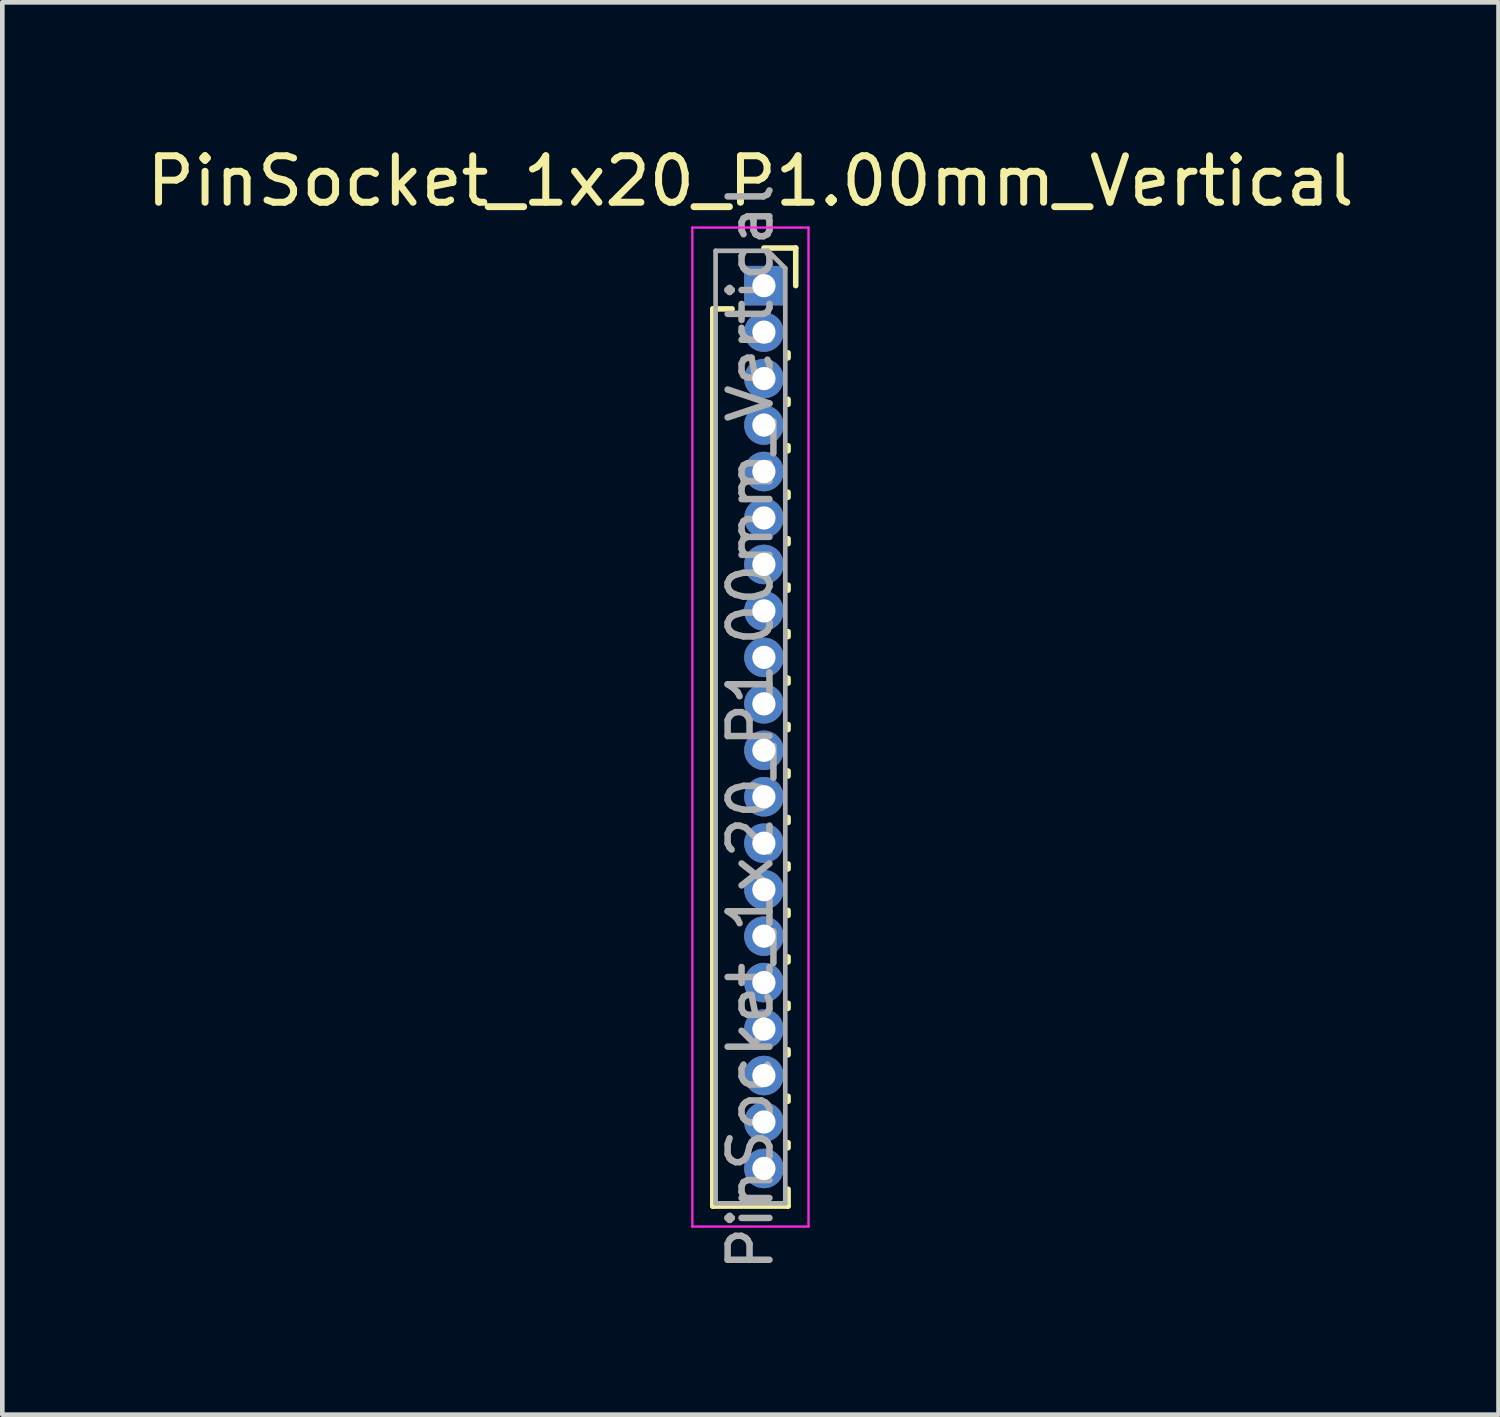
<source format=kicad_pcb>
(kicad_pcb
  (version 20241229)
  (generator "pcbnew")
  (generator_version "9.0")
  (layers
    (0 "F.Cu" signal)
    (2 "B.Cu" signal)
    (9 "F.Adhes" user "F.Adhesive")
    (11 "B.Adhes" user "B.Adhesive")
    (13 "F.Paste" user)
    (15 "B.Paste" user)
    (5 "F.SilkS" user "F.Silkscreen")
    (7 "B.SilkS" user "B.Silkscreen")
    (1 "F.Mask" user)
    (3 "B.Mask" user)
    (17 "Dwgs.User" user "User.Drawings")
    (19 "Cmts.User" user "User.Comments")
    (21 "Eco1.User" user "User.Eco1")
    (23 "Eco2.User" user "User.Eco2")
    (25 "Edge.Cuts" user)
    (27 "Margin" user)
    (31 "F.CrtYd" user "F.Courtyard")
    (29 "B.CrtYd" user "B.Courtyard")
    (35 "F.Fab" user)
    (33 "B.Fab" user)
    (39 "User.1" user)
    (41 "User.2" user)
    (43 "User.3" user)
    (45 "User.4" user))
  (footprint "PinSocket_1x20_P1.00mm_Vertical"
    (layer "F.Cu")
    (at 13.391 3.098)
    (property "Reference" "PinSocket_1x20_P1.00mm_Vertical" (at -0.29 -2.25 0) (layer "F.SilkS") (effects (font (size 1 1) (thickness 0.15))))
    (attr through_hole)
    (fp_line (start -1.1 0.5) (end -1.1 19.81) (stroke (width 0.12) (type solid)) (layer "F.SilkS"))
    (fp_line (start -1.1 0.5) (end -0.685 0.5) (stroke (width 0.12) (type solid)) (layer "F.SilkS"))
    (fp_line (start -1.1 19.81) (end 0.52 19.81) (stroke (width 0.12) (type solid)) (layer "F.SilkS"))
    (fp_line (start 0 -0.81) (end 0.685 -0.81) (stroke (width 0.12) (type solid)) (layer "F.SilkS"))
    (fp_line (start 0.52 1.446) (end 0.52 1.554) (stroke (width 0.12) (type solid)) (layer "F.SilkS"))
    (fp_line (start 0.52 2.446) (end 0.52 2.554) (stroke (width 0.12) (type solid)) (layer "F.SilkS"))
    (fp_line (start 0.52 3.446) (end 0.52 3.554) (stroke (width 0.12) (type solid)) (layer "F.SilkS"))
    (fp_line (start 0.52 4.446) (end 0.52 4.554) (stroke (width 0.12) (type solid)) (layer "F.SilkS"))
    (fp_line (start 0.52 5.446) (end 0.52 5.554) (stroke (width 0.12) (type solid)) (layer "F.SilkS"))
    (fp_line (start 0.52 6.446) (end 0.52 6.554) (stroke (width 0.12) (type solid)) (layer "F.SilkS"))
    (fp_line (start 0.52 7.446) (end 0.52 7.554) (stroke (width 0.12) (type solid)) (layer "F.SilkS"))
    (fp_line (start 0.52 8.446) (end 0.52 8.554) (stroke (width 0.12) (type solid)) (layer "F.SilkS"))
    (fp_line (start 0.52 9.446) (end 0.52 9.554) (stroke (width 0.12) (type solid)) (layer "F.SilkS"))
    (fp_line (start 0.52 10.446) (end 0.52 10.554) (stroke (width 0.12) (type solid)) (layer "F.SilkS"))
    (fp_line (start 0.52 11.446) (end 0.52 11.554) (stroke (width 0.12) (type solid)) (layer "F.SilkS"))
    (fp_line (start 0.52 12.446) (end 0.52 12.554) (stroke (width 0.12) (type solid)) (layer "F.SilkS"))
    (fp_line (start 0.52 13.446) (end 0.52 13.554) (stroke (width 0.12) (type solid)) (layer "F.SilkS"))
    (fp_line (start 0.52 14.446) (end 0.52 14.554) (stroke (width 0.12) (type solid)) (layer "F.SilkS"))
    (fp_line (start 0.52 15.446) (end 0.52 15.554) (stroke (width 0.12) (type solid)) (layer "F.SilkS"))
    (fp_line (start 0.52 16.446) (end 0.52 16.554) (stroke (width 0.12) (type solid)) (layer "F.SilkS"))
    (fp_line (start 0.52 17.446) (end 0.52 17.554) (stroke (width 0.12) (type solid)) (layer "F.SilkS"))
    (fp_line (start 0.52 18.446) (end 0.52 18.554) (stroke (width 0.12) (type solid)) (layer "F.SilkS"))
    (fp_line (start 0.52 19.446) (end 0.52 19.81) (stroke (width 0.12) (type solid)) (layer "F.SilkS"))
    (fp_line (start 0.685 -0.81) (end 0.685 0) (stroke (width 0.12) (type solid)) (layer "F.SilkS"))
    (fp_line (start -1.54 -1.25) (end 0.96 -1.25) (stroke (width 0.05) (type solid)) (layer "F.CrtYd"))
    (fp_line (start -1.54 20.25) (end -1.54 -1.25) (stroke (width 0.05) (type solid)) (layer "F.CrtYd"))
    (fp_line (start 0.96 -1.25) (end 0.96 20.25) (stroke (width 0.05) (type solid)) (layer "F.CrtYd"))
    (fp_line (start 0.96 20.25) (end -1.54 20.25) (stroke (width 0.05) (type solid)) (layer "F.CrtYd"))
    (fp_line (start -1.04 -0.75) (end 0.085 -0.75) (stroke (width 0.1) (type solid)) (layer "F.Fab"))
    (fp_line (start -1.04 19.75) (end -1.04 -0.75) (stroke (width 0.1) (type solid)) (layer "F.Fab"))
    (fp_line (start 0.085 -0.75) (end 0.46 -0.375) (stroke (width 0.1) (type solid)) (layer "F.Fab"))
    (fp_line (start 0.46 -0.375) (end 0.46 19.75) (stroke (width 0.1) (type solid)) (layer "F.Fab"))
    (fp_line (start 0.46 19.75) (end -1.04 19.75) (stroke (width 0.1) (type solid)) (layer "F.Fab"))
    (fp_text user "${REFERENCE}" (at -0.29 9.5 90) (layer "F.Fab") (effects (font (size 0.9 0.9) (thickness 0.14))))
    (pad "1" thru_hole rect (at 0 0) (size 0.85 0.85) (drill 0.5) (layers "*.Cu" "*.Mask"))
    (pad "2" thru_hole circle (at 0 1) (size 0.85 0.85) (drill 0.5) (layers "*.Cu" "*.Mask"))
    (pad "3" thru_hole circle (at 0 2) (size 0.85 0.85) (drill 0.5) (layers "*.Cu" "*.Mask"))
    (pad "4" thru_hole circle (at 0 3) (size 0.85 0.85) (drill 0.5) (layers "*.Cu" "*.Mask"))
    (pad "5" thru_hole circle (at 0 4) (size 0.85 0.85) (drill 0.5) (layers "*.Cu" "*.Mask"))
    (pad "6" thru_hole circle (at 0 5) (size 0.85 0.85) (drill 0.5) (layers "*.Cu" "*.Mask"))
    (pad "7" thru_hole circle (at 0 6) (size 0.85 0.85) (drill 0.5) (layers "*.Cu" "*.Mask"))
    (pad "8" thru_hole circle (at 0 7) (size 0.85 0.85) (drill 0.5) (layers "*.Cu" "*.Mask"))
    (pad "9" thru_hole circle (at 0 8) (size 0.85 0.85) (drill 0.5) (layers "*.Cu" "*.Mask"))
    (pad "10" thru_hole circle (at 0 9) (size 0.85 0.85) (drill 0.5) (layers "*.Cu" "*.Mask"))
    (pad "11" thru_hole circle (at 0 10) (size 0.85 0.85) (drill 0.5) (layers "*.Cu" "*.Mask"))
    (pad "12" thru_hole circle (at 0 11) (size 0.85 0.85) (drill 0.5) (layers "*.Cu" "*.Mask"))
    (pad "13" thru_hole circle (at 0 12) (size 0.85 0.85) (drill 0.5) (layers "*.Cu" "*.Mask"))
    (pad "14" thru_hole circle (at 0 13) (size 0.85 0.85) (drill 0.5) (layers "*.Cu" "*.Mask"))
    (pad "15" thru_hole circle (at 0 14) (size 0.85 0.85) (drill 0.5) (layers "*.Cu" "*.Mask"))
    (pad "16" thru_hole circle (at 0 15) (size 0.85 0.85) (drill 0.5) (layers "*.Cu" "*.Mask"))
    (pad "17" thru_hole circle (at 0 16) (size 0.85 0.85) (drill 0.5) (layers "*.Cu" "*.Mask"))
    (pad "18" thru_hole circle (at 0 17) (size 0.85 0.85) (drill 0.5) (layers "*.Cu" "*.Mask"))
    (pad "19" thru_hole circle (at 0 18) (size 0.85 0.85) (drill 0.5) (layers "*.Cu" "*.Mask"))
    (pad "20" thru_hole circle (at 0 19) (size 0.85 0.85) (drill 0.5) (layers "*.Cu" "*.Mask")))
  (gr_rect
    (start -3 -3)
    (end 29.202 27.397)
    (stroke (width 0.1) (type default))
    (fill no)
    (layer "Edge.Cuts")))
</source>
